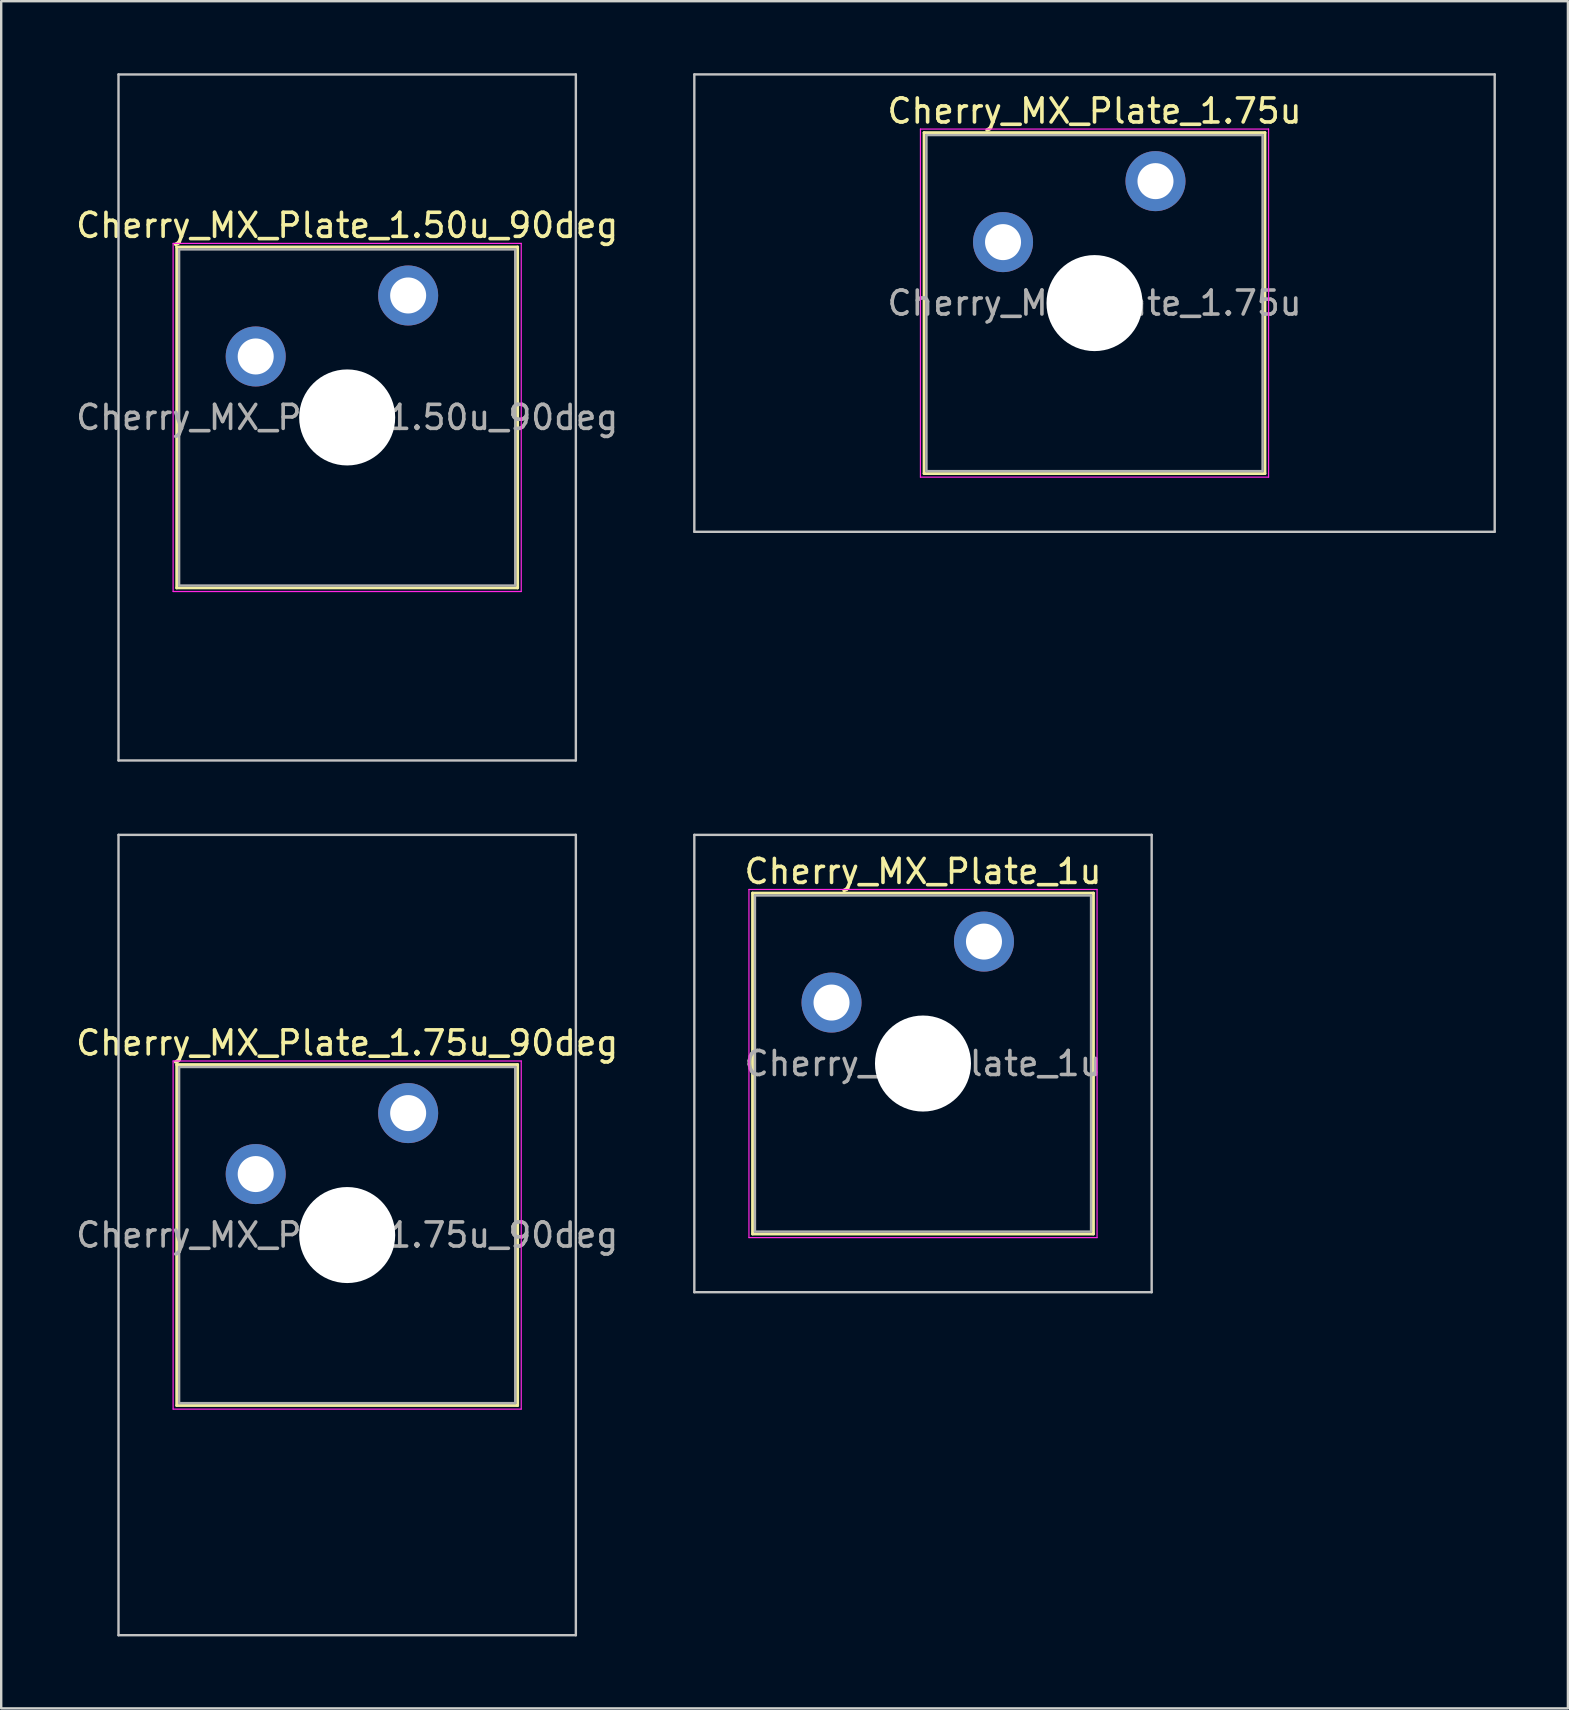
<source format=kicad_pcb>
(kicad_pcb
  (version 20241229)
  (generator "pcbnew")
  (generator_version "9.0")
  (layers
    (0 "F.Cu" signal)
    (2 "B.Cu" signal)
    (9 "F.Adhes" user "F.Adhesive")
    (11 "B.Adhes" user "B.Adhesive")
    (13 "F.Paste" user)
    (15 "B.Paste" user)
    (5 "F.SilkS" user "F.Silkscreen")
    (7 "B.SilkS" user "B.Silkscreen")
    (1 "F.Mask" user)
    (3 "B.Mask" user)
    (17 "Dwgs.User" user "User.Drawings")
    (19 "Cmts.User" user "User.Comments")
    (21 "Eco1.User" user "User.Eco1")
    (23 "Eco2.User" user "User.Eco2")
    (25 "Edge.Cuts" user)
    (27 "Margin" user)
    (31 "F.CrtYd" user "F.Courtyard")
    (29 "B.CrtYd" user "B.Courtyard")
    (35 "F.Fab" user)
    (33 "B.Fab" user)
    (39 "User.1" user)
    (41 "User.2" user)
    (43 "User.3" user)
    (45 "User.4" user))
  (footprint "Cherry_MX_Plate_1.75u_90deg"
    (layer "F.Cu")
    (at 11.411 48.394)
    (property "Reference" "Cherry_MX_Plate_1.75u_90deg" (at 0 -8 0) (layer "F.SilkS") (effects (font (size 1 1) (thickness 0.15))))
    (attr through_hole)
    (fp_line (start -7.1 -7.1) (end -7.1 7.1) (stroke (width 0.12) (type solid)) (layer "F.SilkS"))
    (fp_line (start -7.1 7.1) (end 7.1 7.1) (stroke (width 0.12) (type solid)) (layer "F.SilkS"))
    (fp_line (start 7.1 -7.1) (end -7.1 -7.1) (stroke (width 0.12) (type solid)) (layer "F.SilkS"))
    (fp_line (start 7.1 7.1) (end 7.1 -7.1) (stroke (width 0.12) (type solid)) (layer "F.SilkS"))
    (fp_line (start -9.525 -16.669) (end 9.525 -16.669) (stroke (width 0.1) (type solid)) (layer "Dwgs.User"))
    (fp_line (start -9.525 16.669) (end -9.525 -16.669) (stroke (width 0.1) (type solid)) (layer "Dwgs.User"))
    (fp_line (start 9.525 -16.669) (end 9.525 16.669) (stroke (width 0.1) (type solid)) (layer "Dwgs.User"))
    (fp_line (start 9.525 16.669) (end -9.525 16.669) (stroke (width 0.1) (type solid)) (layer "Dwgs.User"))
    (fp_line (start -7 -7) (end -7 7) (stroke (width 0.1) (type solid)) (layer "Eco1.User"))
    (fp_line (start -7 7) (end 7 7) (stroke (width 0.1) (type solid)) (layer "Eco1.User"))
    (fp_line (start 7 -7) (end -7 -7) (stroke (width 0.1) (type solid)) (layer "Eco1.User"))
    (fp_line (start 7 7) (end 7 -7) (stroke (width 0.1) (type solid)) (layer "Eco1.User"))
    (fp_line (start -7.25 -7.25) (end -7.25 7.25) (stroke (width 0.05) (type solid)) (layer "F.CrtYd"))
    (fp_line (start -7.25 7.25) (end 7.25 7.25) (stroke (width 0.05) (type solid)) (layer "F.CrtYd"))
    (fp_line (start 7.25 -7.25) (end -7.25 -7.25) (stroke (width 0.05) (type solid)) (layer "F.CrtYd"))
    (fp_line (start 7.25 7.25) (end 7.25 -7.25) (stroke (width 0.05) (type solid)) (layer "F.CrtYd"))
    (fp_line (start -7 -7) (end -7 7) (stroke (width 0.1) (type solid)) (layer "F.Fab"))
    (fp_line (start -7 7) (end 7 7) (stroke (width 0.1) (type solid)) (layer "F.Fab"))
    (fp_line (start 7 -7) (end -7 -7) (stroke (width 0.1) (type solid)) (layer "F.Fab"))
    (fp_line (start 7 7) (end 7 -7) (stroke (width 0.1) (type solid)) (layer "F.Fab"))
    (fp_text user "${REFERENCE}" (at 0 0 0) (layer "F.Fab") (effects (font (size 1 1) (thickness 0.15))))
    (pad "" np_thru_hole circle (at 0 0) (size 4 4) (drill 4) (layers "*.Cu" "*.Mask"))
    (pad "1" thru_hole circle (at -3.81 -2.54) (size 2.5 2.5) (drill 1.5) (layers "*.Cu" "*.Mask"))
    (pad "2" thru_hole circle (at 2.54 -5.08) (size 2.5 2.5) (drill 1.5) (layers "*.Cu" "*.Mask")))
  (footprint "Cherry_MX_Plate_1.50u_90deg"
    (layer "F.Cu")
    (at 11.411 14.338)
    (property "Reference" "Cherry_MX_Plate_1.50u_90deg" (at 0 -8 0) (layer "F.SilkS") (effects (font (size 1 1) (thickness 0.15))))
    (attr through_hole)
    (fp_line (start -7.1 -7.1) (end -7.1 7.1) (stroke (width 0.12) (type solid)) (layer "F.SilkS"))
    (fp_line (start -7.1 7.1) (end 7.1 7.1) (stroke (width 0.12) (type solid)) (layer "F.SilkS"))
    (fp_line (start 7.1 -7.1) (end -7.1 -7.1) (stroke (width 0.12) (type solid)) (layer "F.SilkS"))
    (fp_line (start 7.1 7.1) (end 7.1 -7.1) (stroke (width 0.12) (type solid)) (layer "F.SilkS"))
    (fp_line (start -9.525 -14.287) (end 9.525 -14.287) (stroke (width 0.1) (type solid)) (layer "Dwgs.User"))
    (fp_line (start -9.525 14.287) (end -9.525 -14.287) (stroke (width 0.1) (type solid)) (layer "Dwgs.User"))
    (fp_line (start 9.525 -14.287) (end 9.525 14.287) (stroke (width 0.1) (type solid)) (layer "Dwgs.User"))
    (fp_line (start 9.525 14.287) (end -9.525 14.287) (stroke (width 0.1) (type solid)) (layer "Dwgs.User"))
    (fp_line (start -7 -7) (end -7 7) (stroke (width 0.1) (type solid)) (layer "Eco1.User"))
    (fp_line (start -7 7) (end 7 7) (stroke (width 0.1) (type solid)) (layer "Eco1.User"))
    (fp_line (start 7 -7) (end -7 -7) (stroke (width 0.1) (type solid)) (layer "Eco1.User"))
    (fp_line (start 7 7) (end 7 -7) (stroke (width 0.1) (type solid)) (layer "Eco1.User"))
    (fp_line (start -7.25 -7.25) (end -7.25 7.25) (stroke (width 0.05) (type solid)) (layer "F.CrtYd"))
    (fp_line (start -7.25 7.25) (end 7.25 7.25) (stroke (width 0.05) (type solid)) (layer "F.CrtYd"))
    (fp_line (start 7.25 -7.25) (end -7.25 -7.25) (stroke (width 0.05) (type solid)) (layer "F.CrtYd"))
    (fp_line (start 7.25 7.25) (end 7.25 -7.25) (stroke (width 0.05) (type solid)) (layer "F.CrtYd"))
    (fp_line (start -7 -7) (end -7 7) (stroke (width 0.1) (type solid)) (layer "F.Fab"))
    (fp_line (start -7 7) (end 7 7) (stroke (width 0.1) (type solid)) (layer "F.Fab"))
    (fp_line (start 7 -7) (end -7 -7) (stroke (width 0.1) (type solid)) (layer "F.Fab"))
    (fp_line (start 7 7) (end 7 -7) (stroke (width 0.1) (type solid)) (layer "F.Fab"))
    (fp_text user "${REFERENCE}" (at 0 0 0) (layer "F.Fab") (effects (font (size 1 1) (thickness 0.15))))
    (pad "" np_thru_hole circle (at 0 0) (size 4 4) (drill 4) (layers "*.Cu" "*.Mask"))
    (pad "1" thru_hole circle (at -3.81 -2.54) (size 2.5 2.5) (drill 1.5) (layers "*.Cu" "*.Mask"))
    (pad "2" thru_hole circle (at 2.54 -5.08) (size 2.5 2.5) (drill 1.5) (layers "*.Cu" "*.Mask")))
  (footprint "Cherry_MX_Plate_1u"
    (layer "F.Cu")
    (at 35.396 41.25)
    (property "Reference" "Cherry_MX_Plate_1u" (at 0 -8 0) (layer "F.SilkS") (effects (font (size 1 1) (thickness 0.15))))
    (attr through_hole)
    (fp_line (start -7.1 -7.1) (end -7.1 7.1) (stroke (width 0.12) (type solid)) (layer "F.SilkS"))
    (fp_line (start -7.1 7.1) (end 7.1 7.1) (stroke (width 0.12) (type solid)) (layer "F.SilkS"))
    (fp_line (start 7.1 -7.1) (end -7.1 -7.1) (stroke (width 0.12) (type solid)) (layer "F.SilkS"))
    (fp_line (start 7.1 7.1) (end 7.1 -7.1) (stroke (width 0.12) (type solid)) (layer "F.SilkS"))
    (fp_line (start -9.525 -9.525) (end -9.525 9.525) (stroke (width 0.1) (type solid)) (layer "Dwgs.User"))
    (fp_line (start -9.525 9.525) (end 9.525 9.525) (stroke (width 0.1) (type solid)) (layer "Dwgs.User"))
    (fp_line (start 9.525 -9.525) (end -9.525 -9.525) (stroke (width 0.1) (type solid)) (layer "Dwgs.User"))
    (fp_line (start 9.525 9.525) (end 9.525 -9.525) (stroke (width 0.1) (type solid)) (layer "Dwgs.User"))
    (fp_line (start -7 -7) (end -7 7) (stroke (width 0.1) (type solid)) (layer "Eco1.User"))
    (fp_line (start -7 7) (end 7 7) (stroke (width 0.1) (type solid)) (layer "Eco1.User"))
    (fp_line (start 7 -7) (end -7 -7) (stroke (width 0.1) (type solid)) (layer "Eco1.User"))
    (fp_line (start 7 7) (end 7 -7) (stroke (width 0.1) (type solid)) (layer "Eco1.User"))
    (fp_line (start -7.25 -7.25) (end -7.25 7.25) (stroke (width 0.05) (type solid)) (layer "F.CrtYd"))
    (fp_line (start -7.25 7.25) (end 7.25 7.25) (stroke (width 0.05) (type solid)) (layer "F.CrtYd"))
    (fp_line (start 7.25 -7.25) (end -7.25 -7.25) (stroke (width 0.05) (type solid)) (layer "F.CrtYd"))
    (fp_line (start 7.25 7.25) (end 7.25 -7.25) (stroke (width 0.05) (type solid)) (layer "F.CrtYd"))
    (fp_line (start -7 -7) (end -7 7) (stroke (width 0.1) (type solid)) (layer "F.Fab"))
    (fp_line (start -7 7) (end 7 7) (stroke (width 0.1) (type solid)) (layer "F.Fab"))
    (fp_line (start 7 -7) (end -7 -7) (stroke (width 0.1) (type solid)) (layer "F.Fab"))
    (fp_line (start 7 7) (end 7 -7) (stroke (width 0.1) (type solid)) (layer "F.Fab"))
    (fp_text user "${REFERENCE}" (at 0 0 0) (layer "F.Fab") (effects (font (size 1 1) (thickness 0.15))))
    (pad "" np_thru_hole circle (at 0 0) (size 4 4) (drill 4) (layers "*.Cu" "*.Mask"))
    (pad "1" thru_hole circle (at -3.81 -2.54) (size 2.5 2.5) (drill 1.5) (layers "*.Cu" "*.Mask"))
    (pad "2" thru_hole circle (at 2.54 -5.08) (size 2.5 2.5) (drill 1.5) (layers "*.Cu" "*.Mask")))
  (footprint "Cherry_MX_Plate_1.75u"
    (layer "F.Cu")
    (at 42.54 9.575)
    (property "Reference" "Cherry_MX_Plate_1.75u" (at 0 -8 0) (layer "F.SilkS") (effects (font (size 1 1) (thickness 0.15))))
    (attr through_hole)
    (fp_line (start -7.1 -7.1) (end -7.1 7.1) (stroke (width 0.12) (type solid)) (layer "F.SilkS"))
    (fp_line (start -7.1 7.1) (end 7.1 7.1) (stroke (width 0.12) (type solid)) (layer "F.SilkS"))
    (fp_line (start 7.1 -7.1) (end -7.1 -7.1) (stroke (width 0.12) (type solid)) (layer "F.SilkS"))
    (fp_line (start 7.1 7.1) (end 7.1 -7.1) (stroke (width 0.12) (type solid)) (layer "F.SilkS"))
    (fp_line (start -16.669 -9.525) (end -16.669 9.525) (stroke (width 0.1) (type solid)) (layer "Dwgs.User"))
    (fp_line (start -16.669 9.525) (end 16.669 9.525) (stroke (width 0.1) (type solid)) (layer "Dwgs.User"))
    (fp_line (start 16.669 -9.525) (end -16.669 -9.525) (stroke (width 0.1) (type solid)) (layer "Dwgs.User"))
    (fp_line (start 16.669 9.525) (end 16.669 -9.525) (stroke (width 0.1) (type solid)) (layer "Dwgs.User"))
    (fp_line (start -7 -7) (end -7 7) (stroke (width 0.1) (type solid)) (layer "Eco1.User"))
    (fp_line (start -7 7) (end 7 7) (stroke (width 0.1) (type solid)) (layer "Eco1.User"))
    (fp_line (start 7 -7) (end -7 -7) (stroke (width 0.1) (type solid)) (layer "Eco1.User"))
    (fp_line (start 7 7) (end 7 -7) (stroke (width 0.1) (type solid)) (layer "Eco1.User"))
    (fp_line (start -7.25 -7.25) (end -7.25 7.25) (stroke (width 0.05) (type solid)) (layer "F.CrtYd"))
    (fp_line (start -7.25 7.25) (end 7.25 7.25) (stroke (width 0.05) (type solid)) (layer "F.CrtYd"))
    (fp_line (start 7.25 -7.25) (end -7.25 -7.25) (stroke (width 0.05) (type solid)) (layer "F.CrtYd"))
    (fp_line (start 7.25 7.25) (end 7.25 -7.25) (stroke (width 0.05) (type solid)) (layer "F.CrtYd"))
    (fp_line (start -7 -7) (end -7 7) (stroke (width 0.1) (type solid)) (layer "F.Fab"))
    (fp_line (start -7 7) (end 7 7) (stroke (width 0.1) (type solid)) (layer "F.Fab"))
    (fp_line (start 7 -7) (end -7 -7) (stroke (width 0.1) (type solid)) (layer "F.Fab"))
    (fp_line (start 7 7) (end 7 -7) (stroke (width 0.1) (type solid)) (layer "F.Fab"))
    (fp_text user "${REFERENCE}" (at 0 0 0) (layer "F.Fab") (effects (font (size 1 1) (thickness 0.15))))
    (pad "" np_thru_hole circle (at 0 0) (size 4 4) (drill 4) (layers "*.Cu" "*.Mask"))
    (pad "1" thru_hole circle (at -3.81 -2.54) (size 2.5 2.5) (drill 1.5) (layers "*.Cu" "*.Mask"))
    (pad "2" thru_hole circle (at 2.54 -5.08) (size 2.5 2.5) (drill 1.5) (layers "*.Cu" "*.Mask")))
  (gr_rect
    (start -3 -3)
    (end 62.259 68.112)
    (stroke (width 0.1) (type default))
    (fill no)
    (layer "Edge.Cuts")))
</source>
